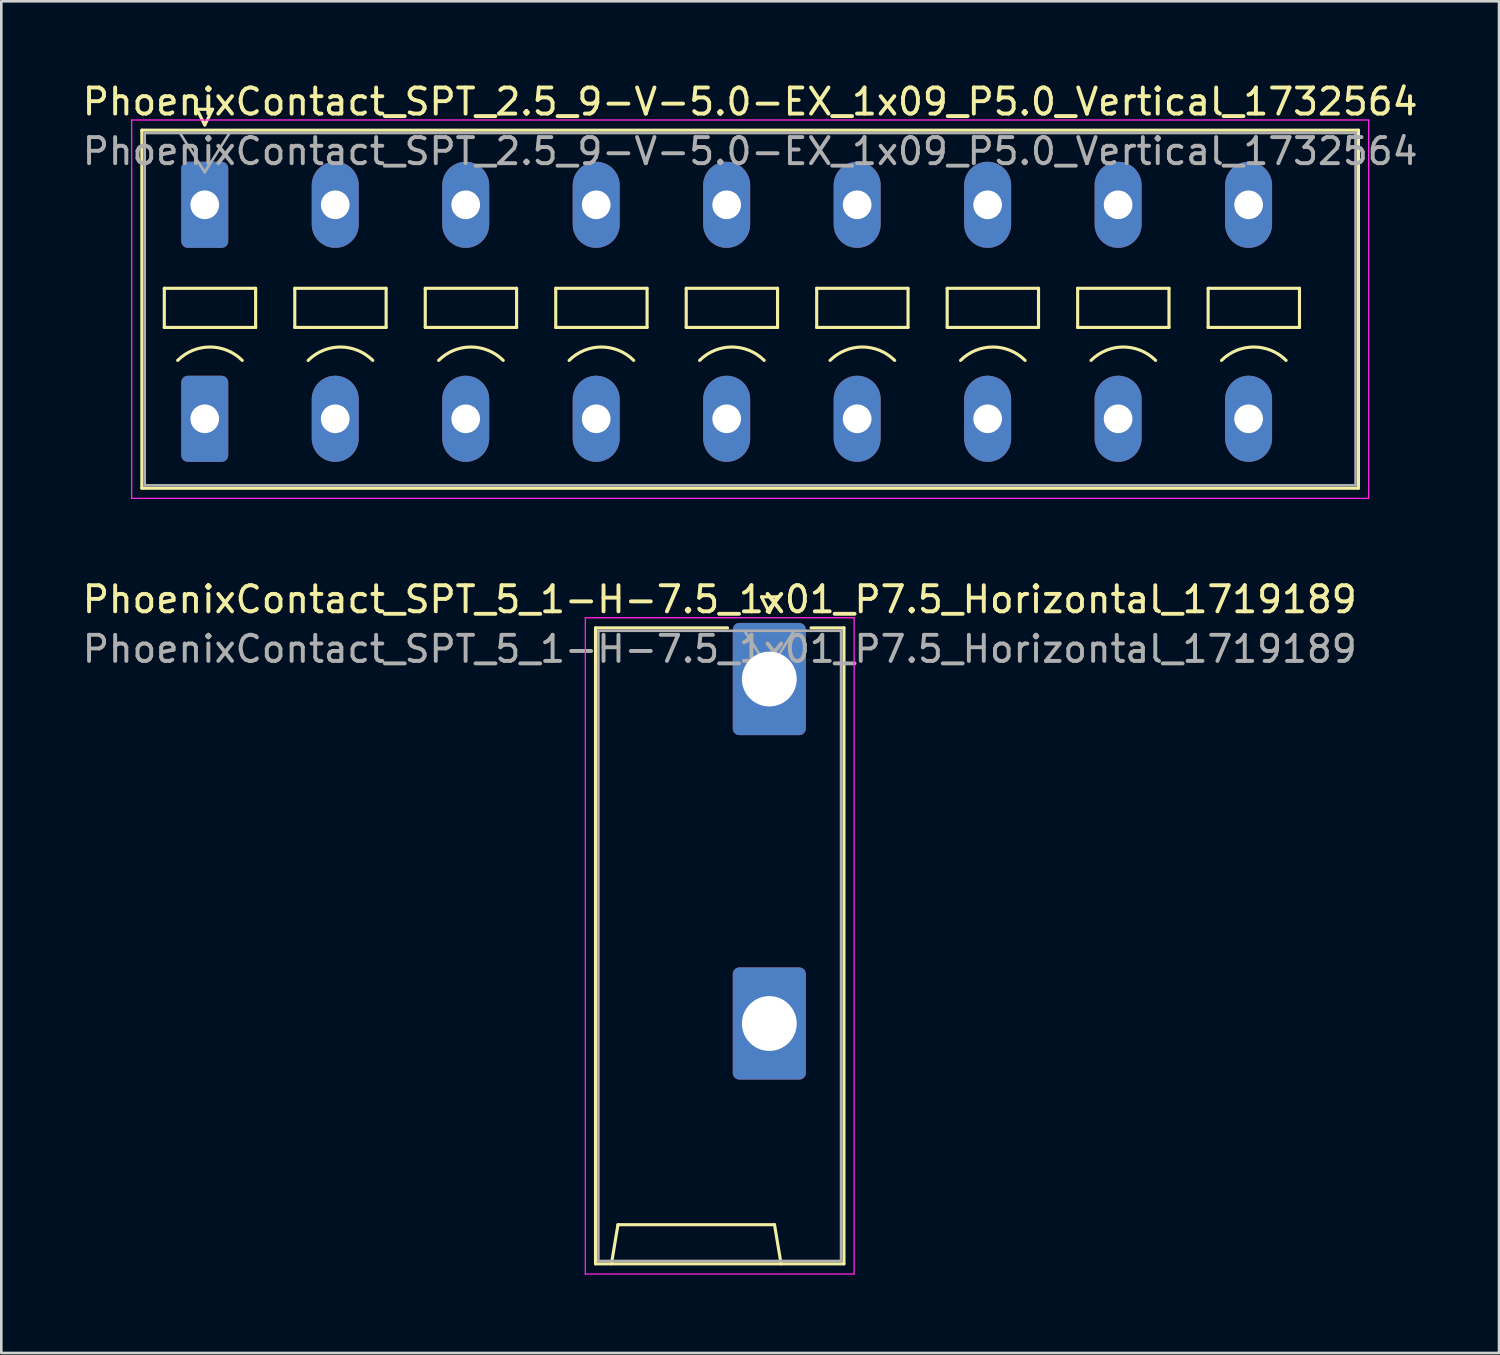
<source format=kicad_pcb>
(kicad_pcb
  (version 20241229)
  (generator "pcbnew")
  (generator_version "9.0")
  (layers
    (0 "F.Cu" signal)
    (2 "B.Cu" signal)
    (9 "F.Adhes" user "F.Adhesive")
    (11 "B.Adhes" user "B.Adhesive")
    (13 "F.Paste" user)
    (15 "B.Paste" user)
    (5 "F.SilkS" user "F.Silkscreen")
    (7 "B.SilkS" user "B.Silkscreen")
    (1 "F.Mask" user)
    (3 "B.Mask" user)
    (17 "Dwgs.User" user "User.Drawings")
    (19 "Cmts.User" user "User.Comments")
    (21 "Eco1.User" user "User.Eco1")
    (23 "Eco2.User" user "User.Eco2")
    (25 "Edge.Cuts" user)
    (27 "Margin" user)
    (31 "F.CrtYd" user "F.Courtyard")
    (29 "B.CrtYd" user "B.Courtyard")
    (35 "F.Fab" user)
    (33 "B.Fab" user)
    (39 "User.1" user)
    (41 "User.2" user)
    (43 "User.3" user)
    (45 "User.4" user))
  (footprint "PhoenixContact_SPT_5_1-H-7.5_1x01_P7.5_Horizontal_1719189"
    (layer "F.Cu")
    (at 26.43 22.971)
    (property "Reference" "PhoenixContact_SPT_5_1-H-7.5_1x01_P7.5_Horizontal_1719189" (at -1.9 -3.05 0) (layer "F.SilkS") (effects (font (size 1 1) (thickness 0.15))))
    (attr through_hole)
    (fp_line (start -6.66 -1.96) (end -1.6 -1.96) (stroke (width 0.12) (type solid)) (layer "F.SilkS"))
    (fp_line (start -6.66 22.41) (end -6.66 -1.96) (stroke (width 0.12) (type solid)) (layer "F.SilkS"))
    (fp_line (start -6.05 22.41) (end -5.8 20.91) (stroke (width 0.12) (type solid)) (layer "F.SilkS"))
    (fp_line (start -5.8 20.91) (end 0.2 20.91) (stroke (width 0.12) (type solid)) (layer "F.SilkS"))
    (fp_line (start -0.3 -3.15) (end 0 -2.55) (stroke (width 0.12) (type solid)) (layer "F.SilkS"))
    (fp_line (start -0.3 -3.15) (end 0.3 -3.15) (stroke (width 0.12) (type solid)) (layer "F.SilkS"))
    (fp_line (start 0.3 -3.15) (end 0 -2.55) (stroke (width 0.12) (type solid)) (layer "F.SilkS"))
    (fp_line (start 0.45 22.41) (end 0.2 20.91) (stroke (width 0.12) (type solid)) (layer "F.SilkS"))
    (fp_line (start 1.6 -1.96) (end 2.86 -1.96) (stroke (width 0.12) (type solid)) (layer "F.SilkS"))
    (fp_line (start 2.86 -1.96) (end 2.86 22.41) (stroke (width 0.12) (type solid)) (layer "F.SilkS"))
    (fp_line (start 2.86 22.41) (end -6.66 22.41) (stroke (width 0.12) (type solid)) (layer "F.SilkS"))
    (fp_line (start -7.05 -2.35) (end -7.05 22.8) (stroke (width 0.05) (type solid)) (layer "F.CrtYd"))
    (fp_line (start -7.05 22.8) (end 3.25 22.8) (stroke (width 0.05) (type solid)) (layer "F.CrtYd"))
    (fp_line (start 3.25 -2.35) (end -7.05 -2.35) (stroke (width 0.05) (type solid)) (layer "F.CrtYd"))
    (fp_line (start 3.25 22.8) (end 3.25 -2.35) (stroke (width 0.05) (type solid)) (layer "F.CrtYd"))
    (fp_line (start -6.55 -1.85) (end -6.55 22.3) (stroke (width 0.1) (type solid)) (layer "F.Fab"))
    (fp_line (start -6.55 22.3) (end 2.75 22.3) (stroke (width 0.1) (type solid)) (layer "F.Fab"))
    (fp_line (start -0.95 -1.85) (end 0 -0.35) (stroke (width 0.1) (type solid)) (layer "F.Fab"))
    (fp_line (start 0.95 -1.85) (end 0 -0.35) (stroke (width 0.1) (type solid)) (layer "F.Fab"))
    (fp_line (start 2.75 -1.85) (end -6.55 -1.85) (stroke (width 0.1) (type solid)) (layer "F.Fab"))
    (fp_line (start 2.75 22.3) (end 2.75 -1.85) (stroke (width 0.1) (type solid)) (layer "F.Fab"))
    (fp_text user "${REFERENCE}" (at -1.9 -1.15 0) (layer "F.Fab") (effects (font (size 1 1) (thickness 0.15))))
    (pad "1" thru_hole roundrect (at 0 0) (size 2.8 4.3) (drill 2.1) (layers "*.Cu" "*.Mask") (roundrect_rratio 0.089))
    (pad "1" thru_hole roundrect (at 0 13.2) (size 2.8 4.3) (drill 2.1) (layers "*.Cu" "*.Mask") (roundrect_rratio 0.089)))
  (footprint "PhoenixContact_SPT_2.5_9-V-5.0-EX_1x09_P5.0_Vertical_1732564"
    (layer "F.Cu")
    (at 4.796 4.798)
    (property "Reference" "PhoenixContact_SPT_2.5_9-V-5.0-EX_1x09_P5.0_Vertical_1732564" (at 20.9 -3.95 0) (layer "F.SilkS") (effects (font (size 1 1) (thickness 0.15))))
    (attr through_hole)
    (fp_line (start -2.41 -2.86) (end 44.21 -2.86) (stroke (width 0.12) (type solid)) (layer "F.SilkS"))
    (fp_line (start -2.41 10.86) (end -2.41 -2.86) (stroke (width 0.12) (type solid)) (layer "F.SilkS"))
    (fp_line (start -1.55 3.2) (end -1.55 4.7) (stroke (width 0.12) (type solid)) (layer "F.SilkS"))
    (fp_line (start -1.55 4.7) (end 1.95 4.7) (stroke (width 0.12) (type solid)) (layer "F.SilkS"))
    (fp_line (start -0.3 -3.66) (end 0 -3.06) (stroke (width 0.12) (type solid)) (layer "F.SilkS"))
    (fp_line (start -0.3 -3.66) (end 0.3 -3.66) (stroke (width 0.12) (type solid)) (layer "F.SilkS"))
    (fp_line (start 0.3 -3.66) (end 0 -3.06) (stroke (width 0.12) (type solid)) (layer "F.SilkS"))
    (fp_line (start 1.95 3.2) (end -1.55 3.2) (stroke (width 0.12) (type solid)) (layer "F.SilkS"))
    (fp_line (start 1.95 4.7) (end 1.95 3.2) (stroke (width 0.12) (type solid)) (layer "F.SilkS"))
    (fp_line (start 3.45 3.2) (end 3.45 4.7) (stroke (width 0.12) (type solid)) (layer "F.SilkS"))
    (fp_line (start 3.45 4.7) (end 6.95 4.7) (stroke (width 0.12) (type solid)) (layer "F.SilkS"))
    (fp_line (start 6.95 3.2) (end 3.45 3.2) (stroke (width 0.12) (type solid)) (layer "F.SilkS"))
    (fp_line (start 6.95 4.7) (end 6.95 3.2) (stroke (width 0.12) (type solid)) (layer "F.SilkS"))
    (fp_line (start 8.45 3.2) (end 8.45 4.7) (stroke (width 0.12) (type solid)) (layer "F.SilkS"))
    (fp_line (start 8.45 4.7) (end 11.95 4.7) (stroke (width 0.12) (type solid)) (layer "F.SilkS"))
    (fp_line (start 11.95 3.2) (end 8.45 3.2) (stroke (width 0.12) (type solid)) (layer "F.SilkS"))
    (fp_line (start 11.95 4.7) (end 11.95 3.2) (stroke (width 0.12) (type solid)) (layer "F.SilkS"))
    (fp_line (start 13.45 3.2) (end 13.45 4.7) (stroke (width 0.12) (type solid)) (layer "F.SilkS"))
    (fp_line (start 13.45 4.7) (end 16.95 4.7) (stroke (width 0.12) (type solid)) (layer "F.SilkS"))
    (fp_line (start 16.95 3.2) (end 13.45 3.2) (stroke (width 0.12) (type solid)) (layer "F.SilkS"))
    (fp_line (start 16.95 4.7) (end 16.95 3.2) (stroke (width 0.12) (type solid)) (layer "F.SilkS"))
    (fp_line (start 18.45 3.2) (end 18.45 4.7) (stroke (width 0.12) (type solid)) (layer "F.SilkS"))
    (fp_line (start 18.45 4.7) (end 21.95 4.7) (stroke (width 0.12) (type solid)) (layer "F.SilkS"))
    (fp_line (start 21.95 3.2) (end 18.45 3.2) (stroke (width 0.12) (type solid)) (layer "F.SilkS"))
    (fp_line (start 21.95 4.7) (end 21.95 3.2) (stroke (width 0.12) (type solid)) (layer "F.SilkS"))
    (fp_line (start 23.45 3.2) (end 23.45 4.7) (stroke (width 0.12) (type solid)) (layer "F.SilkS"))
    (fp_line (start 23.45 4.7) (end 26.95 4.7) (stroke (width 0.12) (type solid)) (layer "F.SilkS"))
    (fp_line (start 26.95 3.2) (end 23.45 3.2) (stroke (width 0.12) (type solid)) (layer "F.SilkS"))
    (fp_line (start 26.95 4.7) (end 26.95 3.2) (stroke (width 0.12) (type solid)) (layer "F.SilkS"))
    (fp_line (start 28.45 3.2) (end 28.45 4.7) (stroke (width 0.12) (type solid)) (layer "F.SilkS"))
    (fp_line (start 28.45 4.7) (end 31.95 4.7) (stroke (width 0.12) (type solid)) (layer "F.SilkS"))
    (fp_line (start 31.95 3.2) (end 28.45 3.2) (stroke (width 0.12) (type solid)) (layer "F.SilkS"))
    (fp_line (start 31.95 4.7) (end 31.95 3.2) (stroke (width 0.12) (type solid)) (layer "F.SilkS"))
    (fp_line (start 33.45 3.2) (end 33.45 4.7) (stroke (width 0.12) (type solid)) (layer "F.SilkS"))
    (fp_line (start 33.45 4.7) (end 36.95 4.7) (stroke (width 0.12) (type solid)) (layer "F.SilkS"))
    (fp_line (start 36.95 3.2) (end 33.45 3.2) (stroke (width 0.12) (type solid)) (layer "F.SilkS"))
    (fp_line (start 36.95 4.7) (end 36.95 3.2) (stroke (width 0.12) (type solid)) (layer "F.SilkS"))
    (fp_line (start 38.45 3.2) (end 38.45 4.7) (stroke (width 0.12) (type solid)) (layer "F.SilkS"))
    (fp_line (start 38.45 4.7) (end 41.95 4.7) (stroke (width 0.12) (type solid)) (layer "F.SilkS"))
    (fp_line (start 41.95 3.2) (end 38.45 3.2) (stroke (width 0.12) (type solid)) (layer "F.SilkS"))
    (fp_line (start 41.95 4.7) (end 41.95 3.2) (stroke (width 0.12) (type solid)) (layer "F.SilkS"))
    (fp_line (start 44.21 -2.86) (end 44.21 10.86) (stroke (width 0.12) (type solid)) (layer "F.SilkS"))
    (fp_line (start 44.21 10.86) (end -2.41 10.86) (stroke (width 0.12) (type solid)) (layer "F.SilkS"))
    (fp_arc (start -1.037437 5.962563) (mid 0.2 5.45) (end 1.437437 5.962563) (stroke (width 0.12) (type solid)) (layer "F.SilkS"))
    (fp_arc (start 3.962563 5.962563) (mid 5.2 5.45) (end 6.437437 5.962563) (stroke (width 0.12) (type solid)) (layer "F.SilkS"))
    (fp_arc (start 8.962563 5.962563) (mid 10.2 5.45) (end 11.437437 5.962563) (stroke (width 0.12) (type solid)) (layer "F.SilkS"))
    (fp_arc (start 13.962563 5.962563) (mid 15.2 5.45) (end 16.437437 5.962563) (stroke (width 0.12) (type solid)) (layer "F.SilkS"))
    (fp_arc (start 18.962563 5.962563) (mid 20.2 5.45) (end 21.437437 5.962563) (stroke (width 0.12) (type solid)) (layer "F.SilkS"))
    (fp_arc (start 23.962563 5.962563) (mid 25.2 5.45) (end 26.437437 5.962563) (stroke (width 0.12) (type solid)) (layer "F.SilkS"))
    (fp_arc (start 28.962563 5.962563) (mid 30.2 5.45) (end 31.437437 5.962563) (stroke (width 0.12) (type solid)) (layer "F.SilkS"))
    (fp_arc (start 33.962563 5.962563) (mid 35.2 5.45) (end 36.437437 5.962563) (stroke (width 0.12) (type solid)) (layer "F.SilkS"))
    (fp_arc (start 38.962563 5.962563) (mid 40.2 5.45) (end 41.437437 5.962563) (stroke (width 0.12) (type solid)) (layer "F.SilkS"))
    (fp_line (start -2.8 -3.25) (end -2.8 11.25) (stroke (width 0.05) (type solid)) (layer "F.CrtYd"))
    (fp_line (start -2.8 11.25) (end 44.6 11.25) (stroke (width 0.05) (type solid)) (layer "F.CrtYd"))
    (fp_line (start 44.6 -3.25) (end -2.8 -3.25) (stroke (width 0.05) (type solid)) (layer "F.CrtYd"))
    (fp_line (start 44.6 11.25) (end 44.6 -3.25) (stroke (width 0.05) (type solid)) (layer "F.CrtYd"))
    (fp_line (start -2.3 -2.75) (end -2.3 10.75) (stroke (width 0.1) (type solid)) (layer "F.Fab"))
    (fp_line (start -2.3 10.75) (end 44.1 10.75) (stroke (width 0.1) (type solid)) (layer "F.Fab"))
    (fp_line (start -0.95 -2.75) (end 0 -1.25) (stroke (width 0.1) (type solid)) (layer "F.Fab"))
    (fp_line (start 0.95 -2.75) (end 0 -1.25) (stroke (width 0.1) (type solid)) (layer "F.Fab"))
    (fp_line (start 44.1 -2.75) (end -2.3 -2.75) (stroke (width 0.1) (type solid)) (layer "F.Fab"))
    (fp_line (start 44.1 10.75) (end 44.1 -2.75) (stroke (width 0.1) (type solid)) (layer "F.Fab"))
    (fp_text user "${REFERENCE}" (at 20.9 -2.05 0) (layer "F.Fab") (effects (font (size 1 1) (thickness 0.15))))
    (pad "1" thru_hole roundrect (at 0 0) (size 1.8 3.3) (drill 1.1) (layers "*.Cu" "*.Mask") (roundrect_rratio 0.139))
    (pad "1" thru_hole roundrect (at 0 8.2) (size 1.8 3.3) (drill 1.1) (layers "*.Cu" "*.Mask") (roundrect_rratio 0.139))
    (pad "2" thru_hole oval (at 5 0) (size 1.8 3.3) (drill 1.1) (layers "*.Cu" "*.Mask"))
    (pad "2" thru_hole oval (at 5 8.2) (size 1.8 3.3) (drill 1.1) (layers "*.Cu" "*.Mask"))
    (pad "3" thru_hole oval (at 10 0) (size 1.8 3.3) (drill 1.1) (layers "*.Cu" "*.Mask"))
    (pad "3" thru_hole oval (at 10 8.2) (size 1.8 3.3) (drill 1.1) (layers "*.Cu" "*.Mask"))
    (pad "4" thru_hole oval (at 15 0) (size 1.8 3.3) (drill 1.1) (layers "*.Cu" "*.Mask"))
    (pad "4" thru_hole oval (at 15 8.2) (size 1.8 3.3) (drill 1.1) (layers "*.Cu" "*.Mask"))
    (pad "5" thru_hole oval (at 20 0) (size 1.8 3.3) (drill 1.1) (layers "*.Cu" "*.Mask"))
    (pad "5" thru_hole oval (at 20 8.2) (size 1.8 3.3) (drill 1.1) (layers "*.Cu" "*.Mask"))
    (pad "6" thru_hole oval (at 25 0) (size 1.8 3.3) (drill 1.1) (layers "*.Cu" "*.Mask"))
    (pad "6" thru_hole oval (at 25 8.2) (size 1.8 3.3) (drill 1.1) (layers "*.Cu" "*.Mask"))
    (pad "7" thru_hole oval (at 30 0) (size 1.8 3.3) (drill 1.1) (layers "*.Cu" "*.Mask"))
    (pad "7" thru_hole oval (at 30 8.2) (size 1.8 3.3) (drill 1.1) (layers "*.Cu" "*.Mask"))
    (pad "8" thru_hole oval (at 35 0) (size 1.8 3.3) (drill 1.1) (layers "*.Cu" "*.Mask"))
    (pad "8" thru_hole oval (at 35 8.2) (size 1.8 3.3) (drill 1.1) (layers "*.Cu" "*.Mask"))
    (pad "9" thru_hole oval (at 40 0) (size 1.8 3.3) (drill 1.1) (layers "*.Cu" "*.Mask"))
    (pad "9" thru_hole oval (at 40 8.2) (size 1.8 3.3) (drill 1.1) (layers "*.Cu" "*.Mask")))
  (gr_rect
    (start -3 -3)
    (end 54.393 48.797)
    (stroke (width 0.1) (type default))
    (fill no)
    (layer "Edge.Cuts")))
</source>
